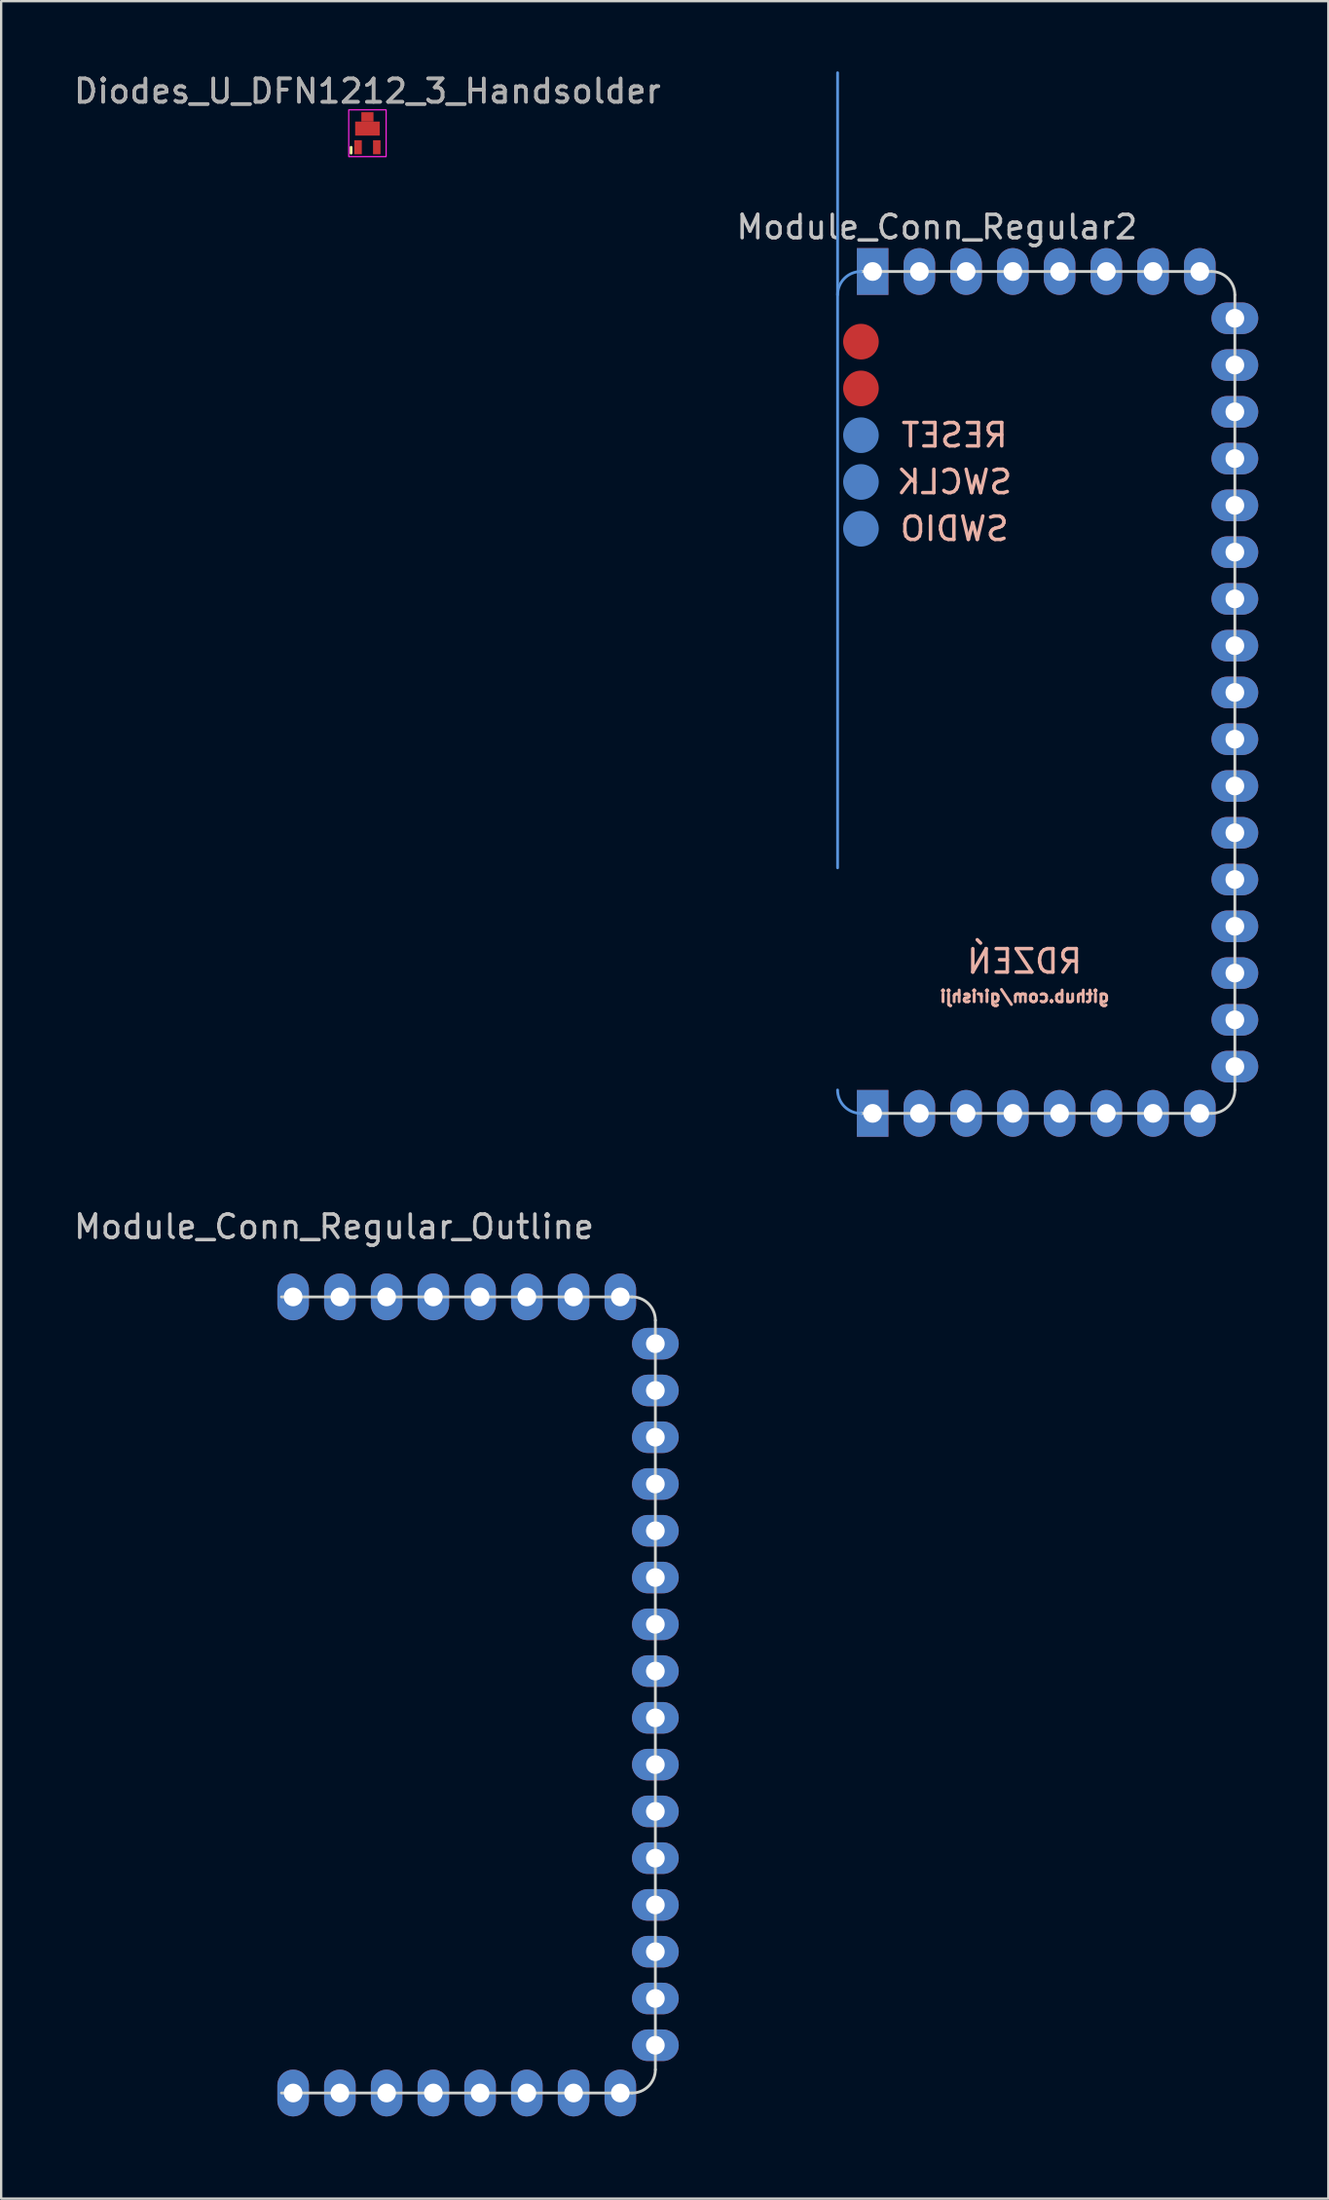
<source format=kicad_pcb>
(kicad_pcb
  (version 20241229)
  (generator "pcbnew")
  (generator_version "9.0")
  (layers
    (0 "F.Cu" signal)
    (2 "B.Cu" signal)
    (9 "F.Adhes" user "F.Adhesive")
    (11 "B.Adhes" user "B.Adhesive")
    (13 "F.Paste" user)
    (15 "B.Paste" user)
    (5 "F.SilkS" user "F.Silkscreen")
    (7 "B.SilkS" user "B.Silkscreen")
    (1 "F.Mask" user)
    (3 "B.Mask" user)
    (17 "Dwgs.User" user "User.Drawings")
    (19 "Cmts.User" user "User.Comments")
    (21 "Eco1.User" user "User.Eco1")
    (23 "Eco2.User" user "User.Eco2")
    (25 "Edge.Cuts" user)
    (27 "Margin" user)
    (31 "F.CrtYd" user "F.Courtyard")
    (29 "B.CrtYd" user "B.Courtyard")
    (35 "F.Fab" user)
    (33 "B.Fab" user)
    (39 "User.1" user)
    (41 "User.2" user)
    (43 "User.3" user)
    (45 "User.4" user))
  (footprint "Module_Conn_Regular2"
    (layer "F.Cu")
    (at 32.792 8.56)
    (property "Reference" "Module_Conn_Regular2" (at 4.25 -1.9 0) (layer "Dwgs.User") (effects (font (size 1 1) (thickness 0.15))))
    (attr through_hole)
    (fp_line (start 0 -8.5) (end 0 25.5) (stroke (width 0.12) (type solid)) (layer "Cmts.User"))
    (fp_arc (start 0 1) (mid 0.292893 0.292893) (end 1 0) (stroke (width 0.12) (type solid)) (layer "Cmts.User"))
    (fp_arc (start 1 36) (mid 0.292893 35.707107) (end 0 35) (stroke (width 0.12) (type solid)) (layer "Cmts.User"))
    (fp_line (start 16 0) (end 1 0) (stroke (width 0.12) (type solid)) (layer "Edge.Cuts"))
    (fp_line (start 16 36) (end 1 36) (stroke (width 0.12) (type solid)) (layer "Edge.Cuts"))
    (fp_line (start 17 1) (end 17 35) (stroke (width 0.12) (type solid)) (layer "Edge.Cuts"))
    (fp_arc (start 16 0) (mid 16.707107 0.292893) (end 17 1) (stroke (width 0.12) (type solid)) (layer "Edge.Cuts"))
    (fp_arc (start 17 35) (mid 16.707107 35.707107) (end 16 36) (stroke (width 0.12) (type solid)) (layer "Edge.Cuts"))
    (fp_text user "SWCLK" (at 5 9 0) (unlocked yes) (layer "B.SilkS") (effects (font (size 1 1) (thickness 0.15)) (justify mirror)))
    (fp_text user "RDZEŃ" (at 8 29.5 0) (unlocked yes) (layer "B.SilkS") (effects (font (size 1 1) (thickness 0.15)) (justify mirror)))
    (fp_text user "SWDIO" (at 5 11 0) (unlocked yes) (layer "B.SilkS") (effects (font (size 1 1) (thickness 0.15)) (justify mirror)))
    (fp_text user "github.com/girishji" (at 8 31 0) (unlocked yes) (layer "B.SilkS") (effects (font (size 0.5 0.5) (thickness 0.125)) (justify mirror)))
    (fp_text user "RESET" (at 5 7 0) (unlocked yes) (layer "B.SilkS") (effects (font (size 1 1) (thickness 0.15)) (justify mirror)))
    (pad "1" thru_hole rect (at 1.5 0 90) (size 2 1.35) (drill 0.8) (layers "*.Cu" "*.Mask"))
    (pad "2" thru_hole oval (at 3.5 0 90) (size 2 1.35) (drill 0.8) (layers "*.Cu" "*.Mask"))
    (pad "3" thru_hole oval (at 5.5 0 90) (size 2 1.35) (drill 0.8) (layers "*.Cu" "*.Mask"))
    (pad "4" thru_hole oval (at 7.5 0 90) (size 2 1.35) (drill 0.8) (layers "*.Cu" "*.Mask"))
    (pad "5" thru_hole oval (at 9.5 0 90) (size 2 1.35) (drill 0.8) (layers "*.Cu" "*.Mask"))
    (pad "6" thru_hole oval (at 11.5 0 90) (size 2 1.35) (drill 0.8) (layers "*.Cu" "*.Mask"))
    (pad "7" thru_hole oval (at 13.5 0 90) (size 2 1.35) (drill 0.8) (layers "*.Cu" "*.Mask"))
    (pad "8" thru_hole oval (at 15.5 0 90) (size 2 1.35) (drill 0.8) (layers "*.Cu" "*.Mask"))
    (pad "9" thru_hole oval (at 17 2) (size 2 1.35) (drill 0.8) (layers "*.Cu" "*.Mask"))
    (pad "10" thru_hole oval (at 17 4) (size 2 1.35) (drill 0.8) (layers "*.Cu" "*.Mask"))
    (pad "11" thru_hole oval (at 17 6) (size 2 1.35) (drill 0.8) (layers "*.Cu" "*.Mask"))
    (pad "12" thru_hole oval (at 17 8) (size 2 1.35) (drill 0.8) (layers "*.Cu" "*.Mask"))
    (pad "13" thru_hole oval (at 17 10) (size 2 1.35) (drill 0.8) (layers "*.Cu" "*.Mask"))
    (pad "14" thru_hole oval (at 17 12) (size 2 1.35) (drill 0.8) (layers "*.Cu" "*.Mask"))
    (pad "15" thru_hole oval (at 17 14) (size 2 1.35) (drill 0.8) (layers "*.Cu" "*.Mask"))
    (pad "16" thru_hole oval (at 17 16) (size 2 1.35) (drill 0.8) (layers "*.Cu" "*.Mask"))
    (pad "17" thru_hole oval (at 17 18) (size 2 1.35) (drill 0.8) (layers "*.Cu" "*.Mask"))
    (pad "18" thru_hole oval (at 17 20) (size 2 1.35) (drill 0.8) (layers "*.Cu" "*.Mask"))
    (pad "19" thru_hole oval (at 17 22) (size 2 1.35) (drill 0.8) (layers "*.Cu" "*.Mask"))
    (pad "20" thru_hole oval (at 17 24) (size 2 1.35) (drill 0.8) (layers "*.Cu" "*.Mask"))
    (pad "21" thru_hole oval (at 17 26) (size 2 1.35) (drill 0.8) (layers "*.Cu" "*.Mask"))
    (pad "22" thru_hole oval (at 17 28) (size 2 1.35) (drill 0.8) (layers "*.Cu" "*.Mask"))
    (pad "23" thru_hole oval (at 17 30) (size 2 1.35) (drill 0.8) (layers "*.Cu" "*.Mask"))
    (pad "24" thru_hole oval (at 17 32) (size 2 1.35) (drill 0.8) (layers "*.Cu" "*.Mask"))
    (pad "25" thru_hole oval (at 17 34) (size 2 1.35) (drill 0.8) (layers "*.Cu" "*.Mask"))
    (pad "26" thru_hole oval (at 15.5 36 90) (size 2 1.35) (drill 0.8) (layers "*.Cu" "*.Mask"))
    (pad "27" thru_hole oval (at 13.5 36 90) (size 2 1.35) (drill 0.8) (layers "*.Cu" "*.Mask"))
    (pad "28" thru_hole oval (at 11.5 36 90) (size 2 1.35) (drill 0.8) (layers "*.Cu" "*.Mask"))
    (pad "29" thru_hole oval (at 9.5 36 90) (size 2 1.35) (drill 0.8) (layers "*.Cu" "*.Mask"))
    (pad "30" thru_hole oval (at 7.5 36 90) (size 2 1.35) (drill 0.8) (layers "*.Cu" "*.Mask"))
    (pad "31" thru_hole oval (at 5.5 36 90) (size 2 1.35) (drill 0.8) (layers "*.Cu" "*.Mask"))
    (pad "32" thru_hole oval (at 3.5 36 90) (size 2 1.35) (drill 0.8) (layers "*.Cu" "*.Mask"))
    (pad "33" thru_hole rect (at 1.5 36 90) (size 2 1.35) (drill 0.8) (layers "*.Cu" "*.Mask"))
    (pad "34" smd circle (at 1 11) (size 1.524 1.524) (layers "B.Cu" "B.Mask" "B.Paste"))
    (pad "35" smd circle (at 1 9) (size 1.524 1.524) (layers "B.Cu" "B.Mask" "B.Paste"))
    (pad "36" smd circle (at 1 7) (size 1.524 1.524) (layers "B.Cu" "B.Mask" "B.Paste"))
    (pad "37" smd circle (at 1 5) (size 1.524 1.524) (layers "F.Cu" "F.Mask" "F.Paste"))
    (pad "38" smd circle (at 1 3) (size 1.524 1.524) (layers "F.Cu" "F.Mask" "F.Paste")))
  (footprint "Diodes_U_DFN1212_3_Handsolder"
    (layer "F.Cu")
    (at 12.673 2.448)
    (property "Reference" "Diodes_U_DFN1212_3_Handsolder" (at 0 -1.6 0) (layer "F.Fab") (effects (font (size 1 1) (thickness 0.15))))
    (attr smd)
    (fp_line (start -0.7 0.8) (end -0.7 1.05) (stroke (width 0.12) (type solid)) (layer "F.SilkS"))
    (fp_rect (start -0.8 1.2) (end 0.8 -0.8) (stroke (width 0.05) (type solid)) (fill no) (layer "F.CrtYd"))
    (fp_text user "${REFERENCE}" (at 0 -1.6 0) (layer "F.Fab") (effects (font (size 1 1) (thickness 0.15))))
    (pad "1" smd rect (at 0 -0.5) (size 0.52 0.4) (layers "F.Cu" "F.Mask" "F.Paste"))
    (pad "1" smd rect (at 0 0) (size 1.05 0.6) (layers "F.Cu" "F.Mask" "F.Paste"))
    (pad "2" smd rect (at -0.4 0.8) (size 0.32 0.6) (layers "F.Cu" "F.Mask" "F.Paste"))
    (pad "3" smd rect (at 0.4 0.8) (size 0.32 0.6) (layers "F.Cu" "F.Mask" "F.Paste")))
  (footprint "Module_Conn_Regular_Outline"
    (layer "F.Cu")
    (at 7.994 52.408)
    (property "Reference" "Module_Conn_Regular_Outline" (at 3.25 -3 0) (layer "Dwgs.User") (effects (font (size 1 1) (thickness 0.15))))
    (attr through_hole)
    (fp_line (start 1 34.043) (end 16 34.043) (stroke (width 0.12) (type solid)) (layer "Edge.Cuts"))
    (fp_line (start 16 0) (end 1 0) (stroke (width 0.12) (type solid)) (layer "Edge.Cuts"))
    (fp_line (start 17 33.043) (end 17 1) (stroke (width 0.12) (type solid)) (layer "Edge.Cuts"))
    (fp_arc (start 16 0) (mid 16.707107 0.292893) (end 17 1) (stroke (width 0.12) (type solid)) (layer "Edge.Cuts"))
    (fp_arc (start 17 33.042893) (mid 16.707107 33.75) (end 16 34.042893) (stroke (width 0.12) (type solid)) (layer "Edge.Cuts"))
    (fp_arc (start 0 1) (mid 0.292893 0.292893) (end 1 0) (stroke (width 0.12) (type solid)) (layer "User.2"))
    (fp_arc (start 1 34.042893) (mid 0.292893 33.75) (end 0 33.042893) (stroke (width 0.12) (type solid)) (layer "User.2"))
    (fp_line (start 0 -1.5) (end 18.5 -1.5) (stroke (width 0.12) (type solid)) (layer "User.3"))
    (fp_line (start 0 1) (end 0 -1.5) (stroke (width 0.12) (type solid)) (layer "User.3"))
    (fp_line (start 0 33) (end 0 35.5) (stroke (width 0.12) (type solid)) (layer "User.3"))
    (fp_line (start 18.5 -1.5) (end 18.5 35.5) (stroke (width 0.12) (type solid)) (layer "User.3"))
    (fp_line (start 18.5 35.5) (end 0 35.5) (stroke (width 0.12) (type solid)) (layer "User.3"))
    (pad "1" thru_hole oval (at 15.5 34.043 90) (size 2 1.35) (drill 0.8) (layers "*.Cu" "*.Mask"))
    (pad "2" thru_hole oval (at 17 32) (size 2 1.35) (drill 0.8) (layers "*.Cu" "*.Mask"))
    (pad "3" thru_hole oval (at 17 30) (size 2 1.35) (drill 0.8) (layers "*.Cu" "*.Mask"))
    (pad "4" thru_hole oval (at 17 28) (size 2 1.35) (drill 0.8) (layers "*.Cu" "*.Mask"))
    (pad "5" thru_hole oval (at 17 26) (size 2 1.35) (drill 0.8) (layers "*.Cu" "*.Mask"))
    (pad "6" thru_hole oval (at 17 24) (size 2 1.35) (drill 0.8) (layers "*.Cu" "*.Mask"))
    (pad "7" thru_hole oval (at 17 22) (size 2 1.35) (drill 0.8) (layers "*.Cu" "*.Mask"))
    (pad "8" thru_hole oval (at 17 20) (size 2 1.35) (drill 0.8) (layers "*.Cu" "*.Mask"))
    (pad "9" thru_hole oval (at 17 18) (size 2 1.35) (drill 0.8) (layers "*.Cu" "*.Mask"))
    (pad "10" thru_hole oval (at 17 16) (size 2 1.35) (drill 0.8) (layers "*.Cu" "*.Mask"))
    (pad "11" thru_hole oval (at 17 14) (size 2 1.35) (drill 0.8) (layers "*.Cu" "*.Mask"))
    (pad "12" thru_hole oval (at 17 12) (size 2 1.35) (drill 0.8) (layers "*.Cu" "*.Mask"))
    (pad "13" thru_hole oval (at 17 10) (size 2 1.35) (drill 0.8) (layers "*.Cu" "*.Mask"))
    (pad "14" thru_hole oval (at 17 8) (size 2 1.35) (drill 0.8) (layers "*.Cu" "*.Mask"))
    (pad "15" thru_hole oval (at 17 6) (size 2 1.35) (drill 0.8) (layers "*.Cu" "*.Mask"))
    (pad "16" thru_hole oval (at 17 4) (size 2 1.35) (drill 0.8) (layers "*.Cu" "*.Mask"))
    (pad "17" thru_hole oval (at 17 2) (size 2 1.35) (drill 0.8) (layers "*.Cu" "*.Mask"))
    (pad "18" thru_hole oval (at 15.5 0 90) (size 2 1.35) (drill 0.8) (layers "*.Cu" "*.Mask"))
    (pad "19" thru_hole oval (at 13.5 0 90) (size 2 1.35) (drill 0.8) (layers "*.Cu" "*.Mask"))
    (pad "20" thru_hole oval (at 11.5 0 90) (size 2 1.35) (drill 0.8) (layers "*.Cu" "*.Mask"))
    (pad "21" thru_hole oval (at 9.5 0 90) (size 2 1.35) (drill 0.8) (layers "*.Cu" "*.Mask"))
    (pad "22" thru_hole oval (at 7.5 0 90) (size 2 1.35) (drill 0.8) (layers "*.Cu" "*.Mask"))
    (pad "23" thru_hole oval (at 5.5 0 90) (size 2 1.35) (drill 0.8) (layers "*.Cu" "*.Mask"))
    (pad "24" thru_hole oval (at 3.5 0 90) (size 2 1.35) (drill 0.8) (layers "*.Cu" "*.Mask"))
    (pad "25" thru_hole oval (at 1.5 0 90) (size 2 1.35) (drill 0.8) (layers "*.Cu" "*.Mask"))
    (pad "28" thru_hole oval (at 1.5 34.043 90) (size 2 1.35) (drill 0.8) (layers "*.Cu" "*.Mask"))
    (pad "29" thru_hole oval (at 3.5 34.043 90) (size 2 1.35) (drill 0.8) (layers "*.Cu" "*.Mask"))
    (pad "30" thru_hole oval (at 5.5 34.043 90) (size 2 1.35) (drill 0.8) (layers "*.Cu" "*.Mask"))
    (pad "31" thru_hole oval (at 7.5 34.043 90) (size 2 1.35) (drill 0.8) (layers "*.Cu" "*.Mask"))
    (pad "32" thru_hole oval (at 9.5 34.043 90) (size 2 1.35) (drill 0.8) (layers "*.Cu" "*.Mask"))
    (pad "33" thru_hole oval (at 11.5 34.043 90) (size 2 1.35) (drill 0.8) (layers "*.Cu" "*.Mask"))
    (pad "34" thru_hole oval (at 13.5 34.043 90) (size 2 1.35) (drill 0.8) (layers "*.Cu" "*.Mask")))
  (gr_rect
    (start -3 -3)
    (end 53.792 90.968)
    (stroke (width 0.1) (type default))
    (fill no)
    (layer "Edge.Cuts")))
</source>
